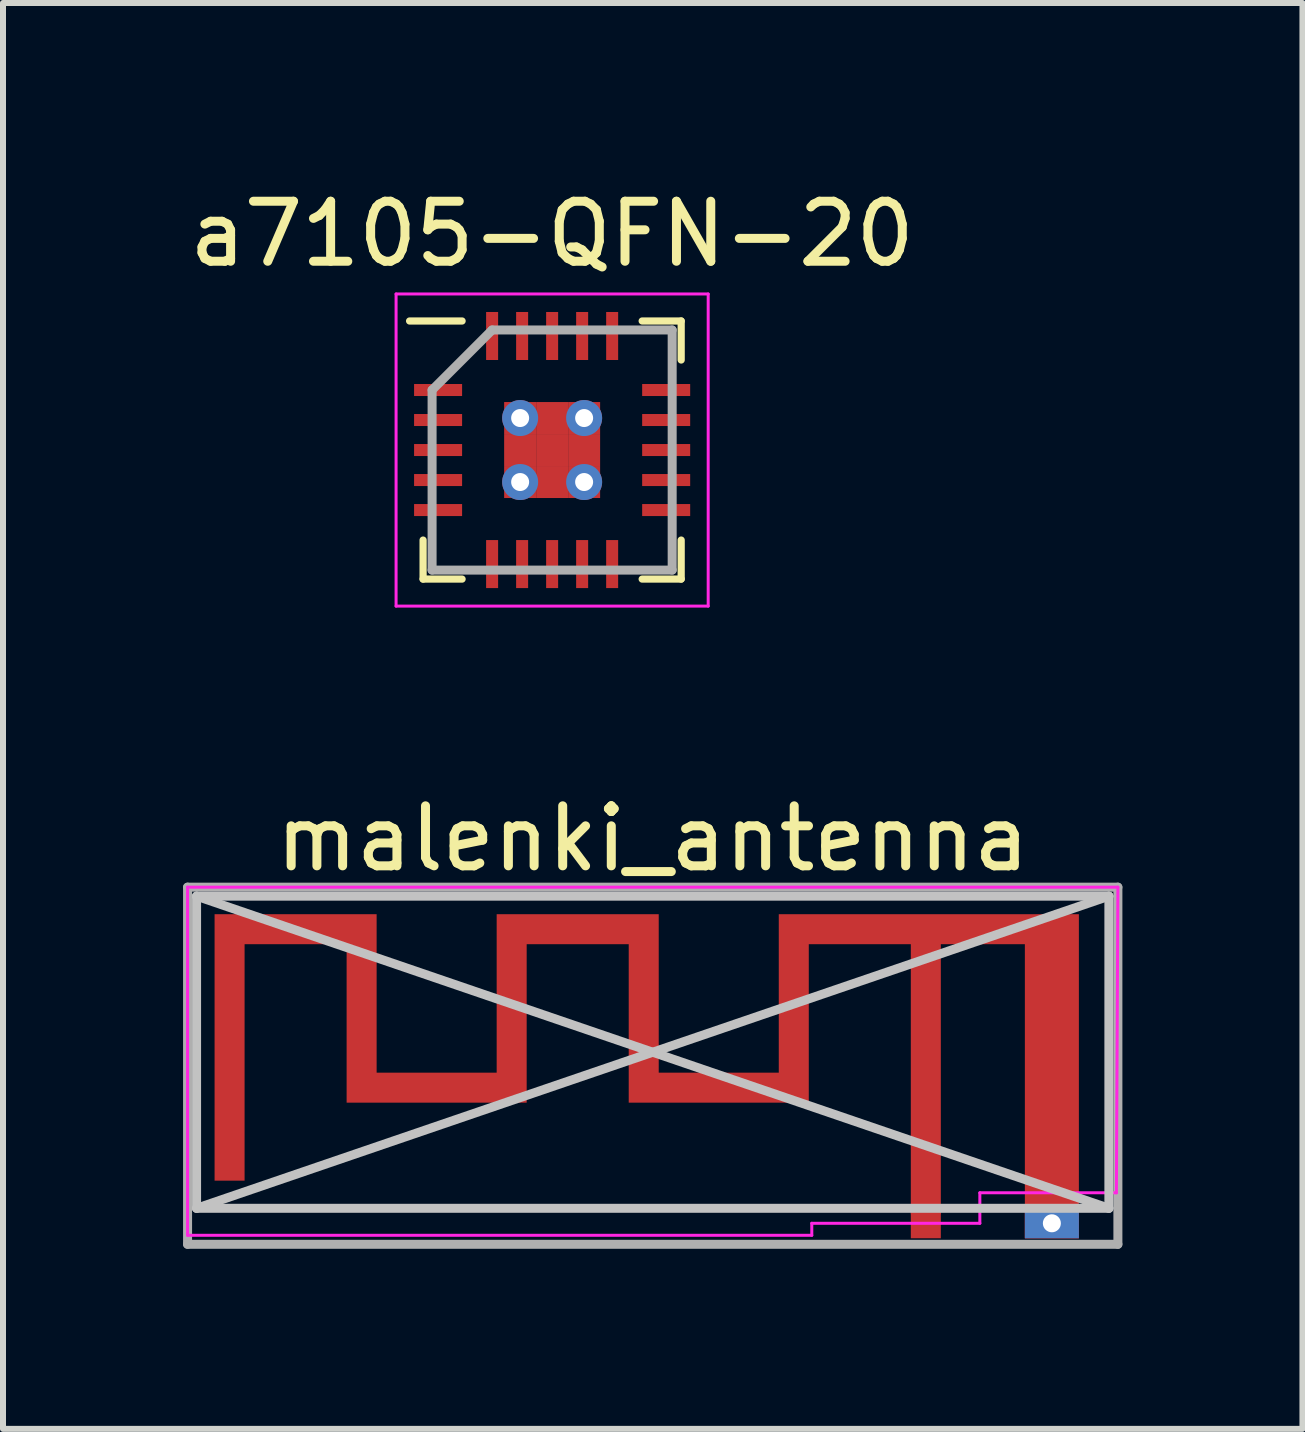
<source format=kicad_pcb>
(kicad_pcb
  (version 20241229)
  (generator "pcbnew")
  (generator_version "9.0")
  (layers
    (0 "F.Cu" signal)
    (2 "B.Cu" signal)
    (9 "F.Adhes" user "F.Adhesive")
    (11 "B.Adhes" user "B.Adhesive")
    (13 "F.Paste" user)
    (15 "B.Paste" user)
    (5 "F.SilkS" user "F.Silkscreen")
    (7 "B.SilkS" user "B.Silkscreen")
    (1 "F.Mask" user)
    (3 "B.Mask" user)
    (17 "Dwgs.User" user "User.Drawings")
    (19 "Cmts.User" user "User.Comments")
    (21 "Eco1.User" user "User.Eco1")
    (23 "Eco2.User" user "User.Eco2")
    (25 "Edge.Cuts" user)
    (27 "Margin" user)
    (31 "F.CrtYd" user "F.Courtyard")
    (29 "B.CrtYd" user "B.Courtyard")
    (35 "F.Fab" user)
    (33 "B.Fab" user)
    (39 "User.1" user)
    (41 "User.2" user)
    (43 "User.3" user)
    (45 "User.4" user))
  (footprint "malenki_antenna"
    (layer "F.Cu")
    (at 12.375 17.331)
    (property "Reference" "malenki_antenna" (at -4.55 -6.41 0) (layer "F.SilkS") (effects (font (size 1 1) (thickness 0.15))))
    (attr exclude_from_pos_files exclude_from_bom)
    (fp_poly (pts (xy -2.45 -2.51) (xy -4.45 -2.51) (xy -4.45 -5.15) (xy -7.15 -5.15) (xy -7.15 -2.51) (xy -9.15 -2.51) (xy -9.15 -5.15) (xy -11.85 -5.15) (xy -11.85 -0.71) (xy -11.35 -0.71) (xy -11.35 -4.65) (xy -9.65 -4.65) (xy -9.65 -2.01) (xy -6.65 -2.01) (xy -6.65 -4.65) (xy -4.95 -4.65) (xy -4.95 -2.01) (xy -1.95 -2.01) (xy -1.95 -4.65) (xy -0.25 -4.65) (xy -0.25 -0.15) (xy 0.25 -0.15) (xy 0.25 -4.65) (xy 1.65 -4.65) (xy 1.65 0.25) (xy 2.55 0.25) (xy 2.55 0.007) (xy 2.248 0.007) (xy 2.238 0.054) (xy 2.214 0.097) (xy 2.176 0.13) (xy 2.168 0.134) (xy 2.125 0.146) (xy 2.077 0.145) (xy 2.031 0.132) (xy 2.013 0.122) (xy 1.979 0.087) (xy 1.958 0.041) (xy 1.952 -0.008) (xy 1.96 -0.056) (xy 1.977 -0.089) (xy 2.012 -0.121) (xy 2.058 -0.141) (xy 2.107 -0.148) (xy 2.155 -0.14) (xy 2.188 -0.123) (xy 2.223 -0.086) (xy 2.243 -0.042) (xy 2.248 0.007) (xy 2.55 0.007) (xy 2.55 -5.15) (xy -2.45 -5.15) (xy -2.45 -2.51)) (stroke (width 0) (type solid)) (fill yes) (layer "F.Cu"))
    (fp_line (start -12.15 -0.25) (end -12.15 -5.45) (stroke (width 0.15) (type solid)) (layer "Dwgs.User"))
    (fp_line (start 3.05 -5.45) (end -12.15 -5.45) (stroke (width 0.15) (type solid)) (layer "Dwgs.User"))
    (fp_line (start 3.05 -5.45) (end -12.15 -0.25) (stroke (width 0.15) (type solid)) (layer "Dwgs.User"))
    (fp_line (start 3.05 -0.25) (end -12.15 -5.45) (stroke (width 0.15) (type solid)) (layer "Dwgs.User"))
    (fp_line (start 3.05 -0.25) (end -12.15 -0.25) (stroke (width 0.15) (type solid)) (layer "Dwgs.User"))
    (fp_line (start 3.05 -0.25) (end 3.05 -5.45) (stroke (width 0.15) (type solid)) (layer "Dwgs.User"))
    (fp_line (start -12.3 -5.6) (end -12.3 0.2) (stroke (width 0.05) (type solid)) (layer "F.CrtYd"))
    (fp_line (start -1.9 0) (end -1.9 0.2) (stroke (width 0.05) (type solid)) (layer "F.CrtYd"))
    (fp_line (start -1.9 0.2) (end -12.3 0.2) (stroke (width 0.05) (type solid)) (layer "F.CrtYd"))
    (fp_line (start 0.9 -0.508) (end 0.9 0) (stroke (width 0.05) (type solid)) (layer "F.CrtYd"))
    (fp_line (start 0.9 0) (end -1.9 0) (stroke (width 0.05) (type solid)) (layer "F.CrtYd"))
    (fp_line (start 3.175 -0.508) (end 0.9 -0.508) (stroke (width 0.05) (type solid)) (layer "F.CrtYd"))
    (fp_line (start 3.175 -0.508) (end 3.2 -5.6) (stroke (width 0.05) (type solid)) (layer "F.CrtYd"))
    (fp_line (start 3.2 -5.6) (end -12.3 -5.6) (stroke (width 0.05) (type solid)) (layer "F.CrtYd"))
    (fp_line (start -12.3 -5.6) (end -12.3 0.35) (stroke (width 0.15) (type solid)) (layer "F.Fab"))
    (fp_line (start -12.3 0.35) (end 3.2 0.35) (stroke (width 0.15) (type solid)) (layer "F.Fab"))
    (fp_line (start 3.2 -5.6) (end -12.3 -5.6) (stroke (width 0.15) (type solid)) (layer "F.Fab"))
    (fp_line (start 3.2 0.35) (end 3.2 -5.6) (stroke (width 0.15) (type solid)) (layer "F.Fab"))
    (pad "1" connect rect (at 0 0) (size 0.5 0.5) (layers "F.Cu"))
    (pad "2" thru_hole rect (at 2.1 0) (size 0.9 0.5) (drill 0.3) (layers "*.Cu")))
  (footprint "a7105-QFN-20"
    (layer "F.Cu")
    (at 6.149 4.448)
    (property "Reference" "a7105-QFN-20" (at 0 -3.6 0) (layer "F.SilkS") (effects (font (size 1 1) (thickness 0.15))))
    (attr smd)
    (fp_line (start -2.15 2.15) (end -2.15 1.5) (stroke (width 0.12) (type solid)) (layer "F.SilkS"))
    (fp_line (start -1.5 -2.15) (end -2.375 -2.15) (stroke (width 0.12) (type solid)) (layer "F.SilkS"))
    (fp_line (start -1.5 2.15) (end -2.15 2.15) (stroke (width 0.12) (type solid)) (layer "F.SilkS"))
    (fp_line (start 1.5 -2.15) (end 2.15 -2.15) (stroke (width 0.12) (type solid)) (layer "F.SilkS"))
    (fp_line (start 1.5 2.15) (end 2.15 2.15) (stroke (width 0.12) (type solid)) (layer "F.SilkS"))
    (fp_line (start 2.15 -2.15) (end 2.15 -1.5) (stroke (width 0.12) (type solid)) (layer "F.SilkS"))
    (fp_line (start 2.15 2.15) (end 2.15 1.5) (stroke (width 0.12) (type solid)) (layer "F.SilkS"))
    (fp_line (start -2.6 -2.6) (end 2.6 -2.6) (stroke (width 0.05) (type solid)) (layer "F.CrtYd"))
    (fp_line (start -2.6 2.6) (end -2.6 -2.6) (stroke (width 0.05) (type solid)) (layer "F.CrtYd"))
    (fp_line (start 2.6 -2.6) (end 2.6 2.6) (stroke (width 0.05) (type solid)) (layer "F.CrtYd"))
    (fp_line (start 2.6 2.6) (end -2.6 2.6) (stroke (width 0.05) (type solid)) (layer "F.CrtYd"))
    (fp_line (start -2 -1) (end -2 2) (stroke (width 0.15) (type solid)) (layer "F.Fab"))
    (fp_line (start -2 2) (end 2 2) (stroke (width 0.15) (type solid)) (layer "F.Fab"))
    (fp_line (start -1 -2) (end -2 -1) (stroke (width 0.15) (type solid)) (layer "F.Fab"))
    (fp_line (start 2 -2) (end -1 -2) (stroke (width 0.15) (type solid)) (layer "F.Fab"))
    (fp_line (start 2 2) (end 2 -2) (stroke (width 0.15) (type solid)) (layer "F.Fab"))
    (pad "1" smd rect (at -1.9 -1 90) (size 0.2 0.8) (layers "F.Cu" "F.Mask" "F.Paste"))
    (pad "2" smd rect (at -1.9 -0.5 90) (size 0.2 0.8) (layers "F.Cu" "F.Mask" "F.Paste"))
    (pad "3" smd rect (at -1.9 0 90) (size 0.2 0.8) (layers "F.Cu" "F.Mask" "F.Paste"))
    (pad "4" smd rect (at -1.9 0.5 90) (size 0.2 0.8) (layers "F.Cu" "F.Mask" "F.Paste"))
    (pad "5" smd rect (at -1.9 1 90) (size 0.2 0.8) (layers "F.Cu" "F.Mask" "F.Paste"))
    (pad "6" smd rect (at -1 1.9) (size 0.2 0.8) (layers "F.Cu" "F.Mask" "F.Paste"))
    (pad "7" smd rect (at -0.5 1.9) (size 0.2 0.8) (layers "F.Cu" "F.Mask" "F.Paste"))
    (pad "8" smd rect (at 0 1.9) (size 0.2 0.8) (layers "F.Cu" "F.Mask" "F.Paste"))
    (pad "9" smd rect (at 0.5 1.9) (size 0.2 0.8) (layers "F.Cu" "F.Mask" "F.Paste"))
    (pad "10" smd rect (at 1 1.9) (size 0.2 0.8) (layers "F.Cu" "F.Mask" "F.Paste"))
    (pad "11" smd rect (at 1.9 1 90) (size 0.2 0.8) (layers "F.Cu" "F.Mask" "F.Paste"))
    (pad "12" smd rect (at 1.9 0.5 90) (size 0.2 0.8) (layers "F.Cu" "F.Mask" "F.Paste"))
    (pad "13" smd rect (at 1.9 0 90) (size 0.2 0.8) (layers "F.Cu" "F.Mask" "F.Paste"))
    (pad "14" smd rect (at 1.9 -0.5 90) (size 0.2 0.8) (layers "F.Cu" "F.Mask" "F.Paste"))
    (pad "15" smd rect (at 1.9 -1 90) (size 0.2 0.8) (layers "F.Cu" "F.Mask" "F.Paste"))
    (pad "16" smd rect (at 1 -1.9) (size 0.2 0.8) (layers "F.Cu" "F.Mask" "F.Paste"))
    (pad "17" smd rect (at 0.5 -1.9) (size 0.2 0.8) (layers "F.Cu" "F.Mask" "F.Paste"))
    (pad "18" smd rect (at 0 -1.9) (size 0.2 0.8) (layers "F.Cu" "F.Mask" "F.Paste"))
    (pad "19" smd rect (at -0.5 -1.9) (size 0.2 0.8) (layers "F.Cu" "F.Mask" "F.Paste"))
    (pad "20" smd rect (at -1 -1.9) (size 0.2 0.8) (layers "F.Cu" "F.Mask" "F.Paste"))
    (pad "21" smd rect (at -0.533 -0.533) (size 0.533 0.533) (layers "F.Cu" "F.Mask" "F.Paste"))
    (pad "21" thru_hole circle (at -0.533 -0.533) (size 0.6 0.6) (drill 0.3) (layers "*.Cu" "*.Mask"))
    (pad "21" smd rect (at -0.533 0) (size 0.533 0.533) (layers "F.Cu" "F.Mask" "F.Paste"))
    (pad "21" smd rect (at -0.533 0.533) (size 0.533 0.533) (layers "F.Cu" "F.Mask" "F.Paste"))
    (pad "21" thru_hole circle (at -0.533 0.533) (size 0.6 0.6) (drill 0.3) (layers "*.Cu" "*.Mask"))
    (pad "21" smd rect (at 0 -0.533) (size 0.533 0.533) (layers "F.Cu" "F.Mask" "F.Paste"))
    (pad "21" smd rect (at 0 0) (size 0.533 0.533) (layers "F.Cu" "F.Mask" "F.Paste"))
    (pad "21" smd rect (at 0 0.533) (size 0.533 0.533) (layers "F.Cu" "F.Mask" "F.Paste"))
    (pad "21" smd rect (at 0.533 -0.533) (size 0.533 0.533) (layers "F.Cu" "F.Mask" "F.Paste"))
    (pad "21" thru_hole circle (at 0.533 -0.533) (size 0.6 0.6) (drill 0.3) (layers "*.Cu" "*.Mask"))
    (pad "21" smd rect (at 0.533 0) (size 0.533 0.533) (layers "F.Cu" "F.Mask" "F.Paste"))
    (pad "21" smd rect (at 0.533 0.533) (size 0.533 0.533) (layers "F.Cu" "F.Mask" "F.Paste"))
    (pad "21" thru_hole circle (at 0.533 0.533) (size 0.6 0.6) (drill 0.3) (layers "*.Cu" "*.Mask")))
  (gr_rect
    (start -3 -3)
    (end 18.65 20.756)
    (stroke (width 0.1) (type default))
    (fill no)
    (layer "Edge.Cuts")))
</source>
